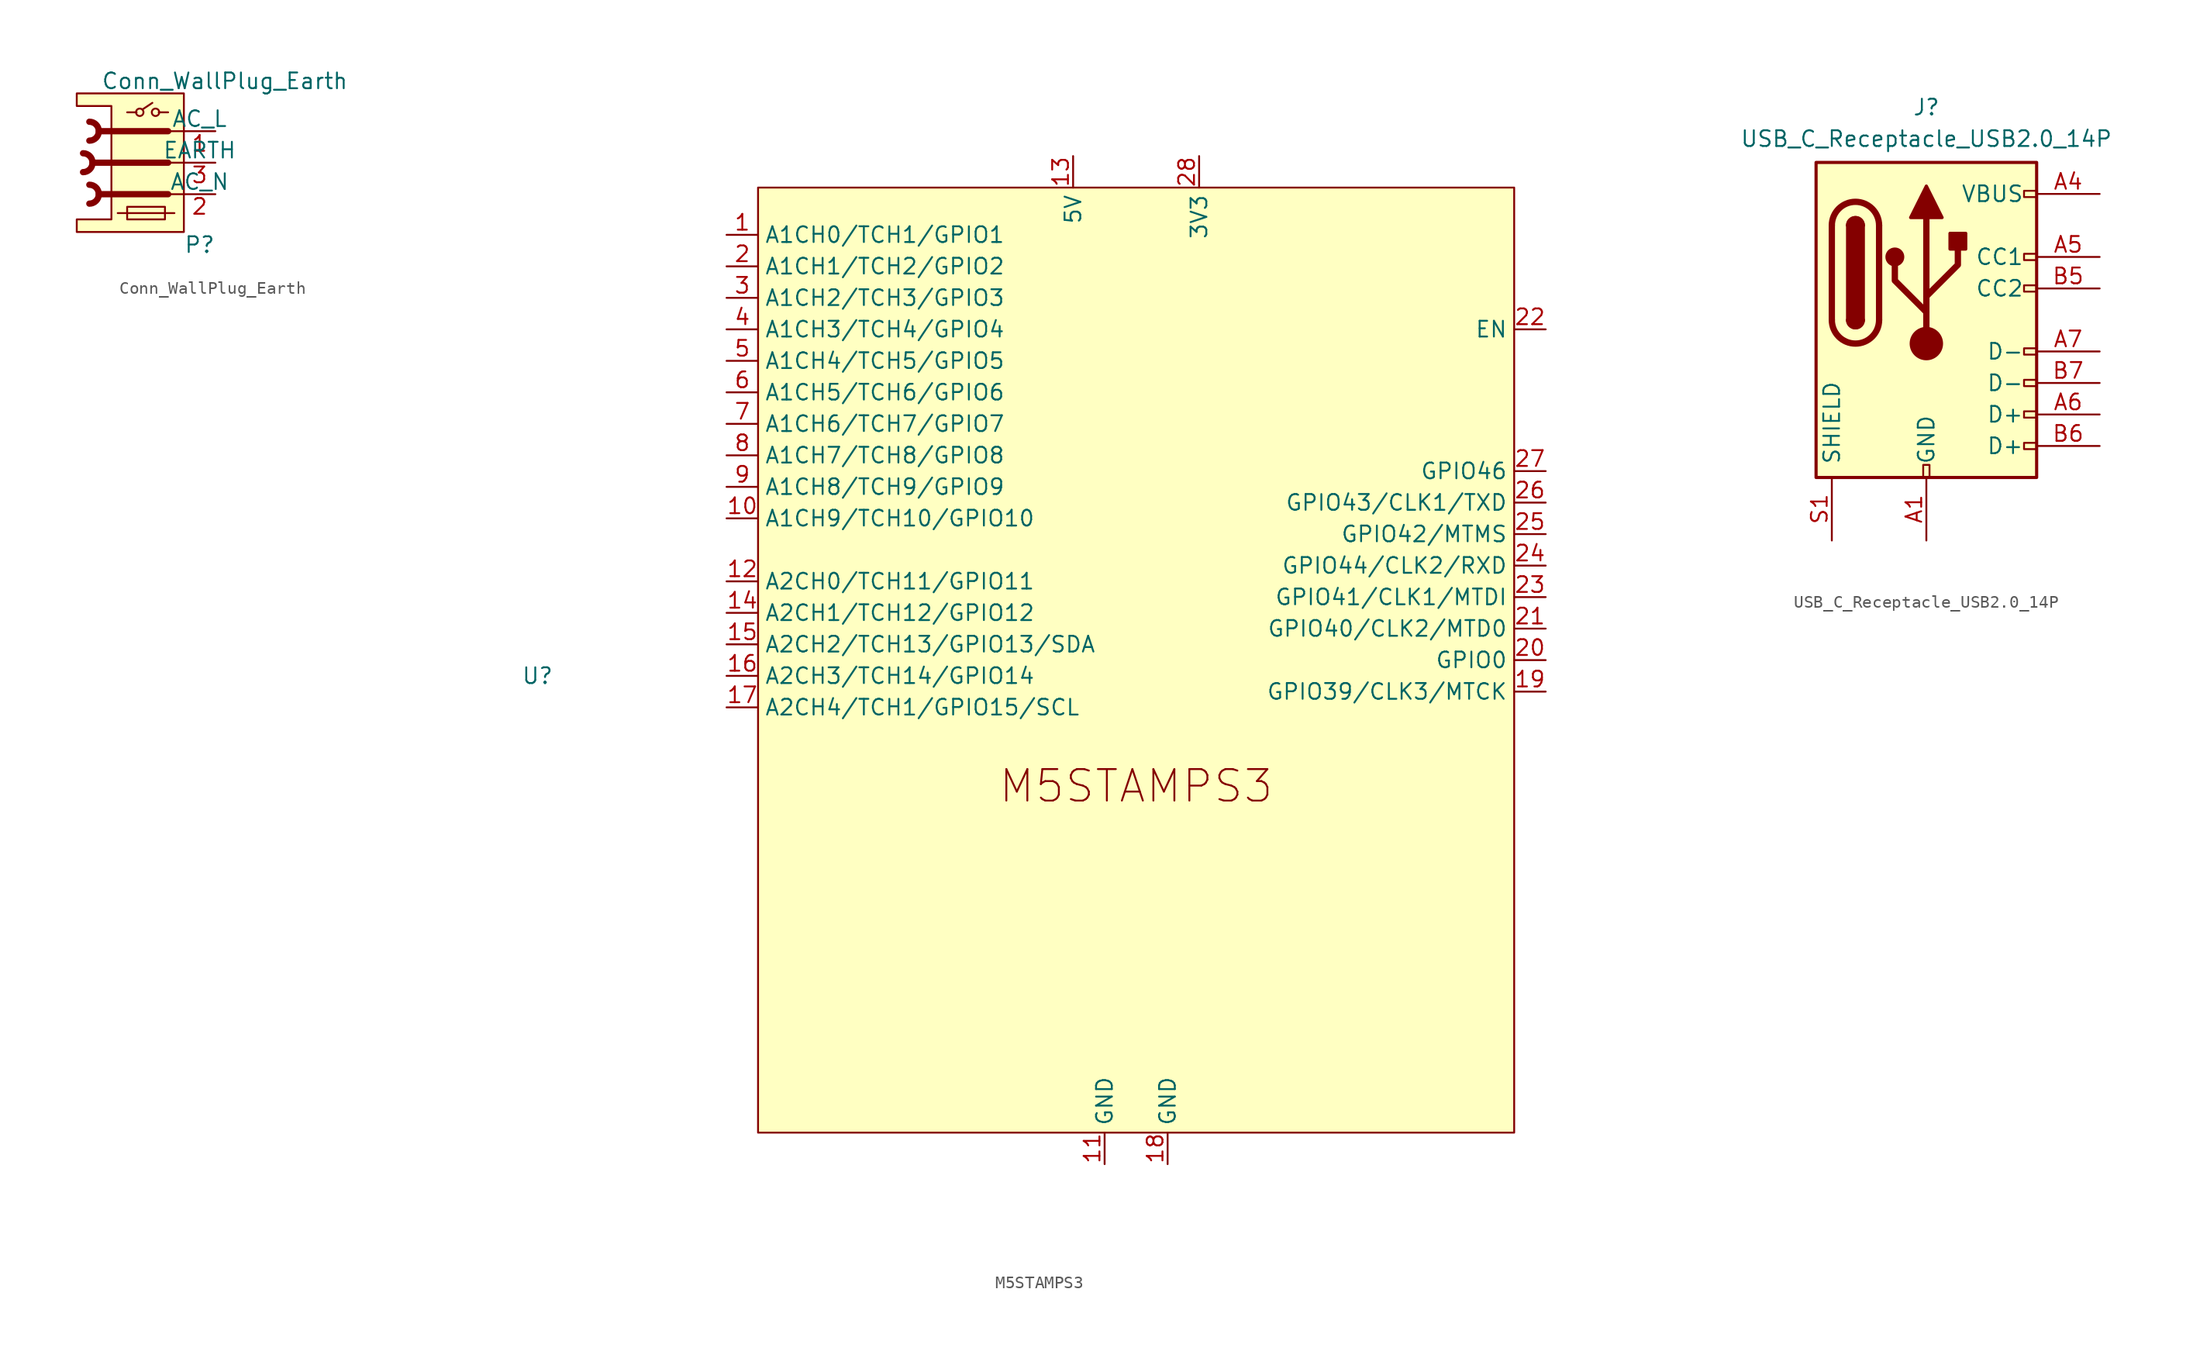
<source format=kicad_sym>
(kicad_symbol_lib
  (version 20231120)
  (generator "kicad_symbol_editor")
  (generator_version "8.0")
  (symbol "Conn_WallPlug_Earth"
    (pin_names
      (offset 0))
    (property "Reference" "P"
      (at 3.81 -7.366 0)
      (effects (font (size 1.27 1.27)) (justify bottom)))
    (property "Value" "Conn_WallPlug_Earth"
      (at 5.842 5.842 0)
      (effects (font (size 1.27 1.27)) (justify bottom)))
    (symbol "Conn_WallPlug_Earth_0_1"
      (rectangle (start -2.032 -3.556) (end 1.016 -4.572) (stroke (width 0) (type default)) (fill (type none)))
      (circle (center -1.016 4.064) (radius 0.3) (stroke (width 0) (type default)) (fill (type none)))
      (polyline (pts (xy -4.826 0) (xy 1.27 0)) (stroke (width 0.508) (type default)) (fill (type none)))
      (polyline (pts (xy -4.318 -2.54) (xy 1.27 -2.54)) (stroke (width 0.508) (type default)) (fill (type none)))
      (polyline (pts (xy -4.318 2.54) (xy 1.27 2.54)) (stroke (width 0.508) (type default)) (fill (type none)))
      (polyline (pts (xy -0.762 4.318) (xy 0 4.826)) (stroke (width 0) (type default)) (fill (type none)))
      (circle (center 0.254 4.064) (radius 0.3) (stroke (width 0) (type default)) (fill (type none))))
    (symbol "Conn_WallPlug_Earth_1_1"
      (arc (start -5.588 -0.762) (mid -4.826 0) (end -5.588 0.762) (stroke (width 0.508) (type default)) (fill (type none)))
      (arc (start -5.08 -3.302) (mid -4.318 -2.54) (end -5.08 -1.778) (stroke (width 0.508) (type default)) (fill (type none)))
      (arc (start -5.08 1.778) (mid -4.318 2.54) (end -5.08 3.302) (stroke (width 0.508) (type default)) (fill (type none)))
      (polyline (pts (xy -1.27 4.064) (xy -2.032 4.064)) (stroke (width 0) (type default)) (fill (type none)))
      (polyline (pts (xy 0.508 4.064) (xy 1.27 4.064)) (stroke (width 0) (type default)) (fill (type none)))
      (polyline (pts (xy 1.27 -2.54) (xy 2.54 -2.54)) (stroke (width 0) (type default)) (fill (type none)))
      (polyline (pts (xy 1.27 0) (xy 2.54 0)) (stroke (width 0) (type default)) (fill (type none)))
      (polyline (pts (xy 1.27 2.54) (xy 2.54 2.54)) (stroke (width 0) (type default)) (fill (type none)))
      (polyline (pts (xy 1.778 -4.064) (xy -2.794 -4.064)) (stroke (width 0) (type default)) (fill (type none)))
      (polyline (pts (xy -6.096 5.588) (xy 2.54 5.588) (xy 2.54 -5.588) (xy -6.096 -5.588) (xy -6.096 -4.572) (xy -3.302 -4.572) (xy -3.302 4.572) (xy -6.096 4.572) (xy -6.096 5.588)) (stroke (width 0) (type default)) (fill (type background)))
      (pin power_out line (at 5.08 2.54 180) (length 2.54) (name "AC_L" (effects (font (size 1.27 1.27)))) (number "1" (effects (font (size 1.27 1.27)))))
      (pin power_out line (at 5.08 -2.54 180) (length 2.54) (name "AC_N" (effects (font (size 1.27 1.27)))) (number "2" (effects (font (size 1.27 1.27)))))
      (pin passive line (at 5.08 0 180) (length 2.54) (name "EARTH" (effects (font (size 1.27 1.27)))) (number "3" (effects (font (size 1.27 1.27)))))))
  (symbol "M5STAMPS3"
    (property "Reference" "U"
      (at -48.26 -2.54 0)
      (effects (font (size 1.27 1.27))))
    (property "Value" ""
      (at -48.26 -2.54 0)
      (effects (font (size 1.27 1.27))))
    (symbol "M5STAMPS3_0_1"
      (rectangle (start -30.48 36.83) (end 30.48 -39.37) (stroke (width 0) (type default)) (fill (type background))))
    (symbol "M5STAMPS3_1_0"
      (text "M5STAMPS3\n" (at 0 -11.43 0) (effects (font (size 2.54 2.54)))))
    (symbol "M5STAMPS3_1_1"
      (pin bidirectional line (at -33.02 33.02 0) (length 2.54) (name "A1CH0/TCH1/GPIO1" (effects (font (size 1.27 1.27)))) (number "1" (effects (font (size 1.27 1.27)))))
      (pin bidirectional line (at -33.02 10.16 0) (length 2.54) (name "A1CH9/TCH10/GPIO10" (effects (font (size 1.27 1.27)))) (number "10" (effects (font (size 1.27 1.27)))))
      (pin power_in line (at -2.54 -41.91 90) (length 2.54) (name "GND" (effects (font (size 1.27 1.27)))) (number "11" (effects (font (size 1.27 1.27)))))
      (pin bidirectional line (at -33.02 5.08 0) (length 2.54) (name "A2CH0/TCH11/GPIO11" (effects (font (size 1.27 1.27)))) (number "12" (effects (font (size 1.27 1.27)))))
      (pin power_in line (at -5.08 39.37 270) (length 2.54) (name "5V" (effects (font (size 1.27 1.27)))) (number "13" (effects (font (size 1.27 1.27)))))
      (pin bidirectional line (at -33.02 2.54 0) (length 2.54) (name "A2CH1/TCH12/GPIO12" (effects (font (size 1.27 1.27)))) (number "14" (effects (font (size 1.27 1.27)))))
      (pin bidirectional line (at -33.02 0 0) (length 2.54) (name "A2CH2/TCH13/GPIO13/SDA" (effects (font (size 1.27 1.27)))) (number "15" (effects (font (size 1.27 1.27)))))
      (pin bidirectional line (at -33.02 -2.54 0) (length 2.54) (name "A2CH3/TCH14/GPIO14" (effects (font (size 1.27 1.27)))) (number "16" (effects (font (size 1.27 1.27)))))
      (pin bidirectional line (at -33.02 -5.08 0) (length 2.54) (name "A2CH4/TCH1/GPIO15/SCL" (effects (font (size 1.27 1.27)))) (number "17" (effects (font (size 1.27 1.27)))))
      (pin power_in line (at 2.54 -41.91 90) (length 2.54) (name "GND" (effects (font (size 1.27 1.27)))) (number "18" (effects (font (size 1.27 1.27)))))
      (pin bidirectional line (at 33.02 -3.81 180) (length 2.54) (name "GPIO39/CLK3/MTCK" (effects (font (size 1.27 1.27)))) (number "19" (effects (font (size 1.27 1.27)))))
      (pin bidirectional line (at -33.02 30.48 0) (length 2.54) (name "A1CH1/TCH2/GPIO2" (effects (font (size 1.27 1.27)))) (number "2" (effects (font (size 1.27 1.27)))))
      (pin bidirectional line (at 33.02 -1.27 180) (length 2.54) (name "GPIO0" (effects (font (size 1.27 1.27)))) (number "20" (effects (font (size 1.27 1.27)))))
      (pin bidirectional line (at 33.02 1.27 180) (length 2.54) (name "GPIO40/CLK2/MTD0" (effects (font (size 1.27 1.27)))) (number "21" (effects (font (size 1.27 1.27)))))
      (pin input line (at 33.02 25.4 180) (length 2.54) (name "EN" (effects (font (size 1.27 1.27)))) (number "22" (effects (font (size 1.27 1.27)))))
      (pin bidirectional line (at 33.02 3.81 180) (length 2.54) (name "GPIO41/CLK1/MTDI" (effects (font (size 1.27 1.27)))) (number "23" (effects (font (size 1.27 1.27)))))
      (pin bidirectional line (at 33.02 6.35 180) (length 2.54) (name "GPIO44/CLK2/RXD" (effects (font (size 1.27 1.27)))) (number "24" (effects (font (size 1.27 1.27)))))
      (pin bidirectional line (at 33.02 8.89 180) (length 2.54) (name "GPIO42/MTMS" (effects (font (size 1.27 1.27)))) (number "25" (effects (font (size 1.27 1.27)))))
      (pin bidirectional line (at 33.02 11.43 180) (length 2.54) (name "GPIO43/CLK1/TXD" (effects (font (size 1.27 1.27)))) (number "26" (effects (font (size 1.27 1.27)))))
      (pin bidirectional line (at 33.02 13.97 180) (length 2.54) (name "GPIO46" (effects (font (size 1.27 1.27)))) (number "27" (effects (font (size 1.27 1.27)))))
      (pin power_in line (at 5.08 39.37 270) (length 2.54) (name "3V3" (effects (font (size 1.27 1.27)))) (number "28" (effects (font (size 1.27 1.27)))))
      (pin bidirectional line (at -33.02 27.94 0) (length 2.54) (name "A1CH2/TCH3/GPIO3" (effects (font (size 1.27 1.27)))) (number "3" (effects (font (size 1.27 1.27)))))
      (pin bidirectional line (at -33.02 25.4 0) (length 2.54) (name "A1CH3/TCH4/GPIO4" (effects (font (size 1.27 1.27)))) (number "4" (effects (font (size 1.27 1.27)))))
      (pin bidirectional line (at -33.02 22.86 0) (length 2.54) (name "A1CH4/TCH5/GPIO5" (effects (font (size 1.27 1.27)))) (number "5" (effects (font (size 1.27 1.27)))))
      (pin bidirectional line (at -33.02 20.32 0) (length 2.54) (name "A1CH5/TCH6/GPIO6" (effects (font (size 1.27 1.27)))) (number "6" (effects (font (size 1.27 1.27)))))
      (pin bidirectional line (at -33.02 17.78 0) (length 2.54) (name "A1CH6/TCH7/GPIO7" (effects (font (size 1.27 1.27)))) (number "7" (effects (font (size 1.27 1.27)))))
      (pin bidirectional line (at -33.02 15.24 0) (length 2.54) (name "A1CH7/TCH8/GPIO8" (effects (font (size 1.27 1.27)))) (number "8" (effects (font (size 1.27 1.27)))))
      (pin bidirectional line (at -33.02 12.7 0) (length 2.54) (name "A1CH8/TCH9/GPIO9" (effects (font (size 1.27 1.27)))) (number "9" (effects (font (size 1.27 1.27)))))))
  (symbol "USB_C_Receptacle_USB2.0_14P"
    (pin_names
      (offset 1.016))
    (property "Reference" "J"
      (at 0 22.225 0)
      (effects (font (size 1.27 1.27))))
    (property "Value" "USB_C_Receptacle_USB2.0_14P"
      (at 0 19.685 0)
      (effects (font (size 1.27 1.27))))
    (symbol "USB_C_Receptacle_USB2.0_14P_0_0"
      (rectangle (start -0.254 -7.62) (end 0.254 -6.604) (stroke (width 0) (type default)) (fill (type none)))
      (rectangle (start 8.89 -4.826) (end 7.874 -5.334) (stroke (width 0) (type default)) (fill (type none)))
      (rectangle (start 8.89 -2.286) (end 7.874 -2.794) (stroke (width 0) (type default)) (fill (type none)))
      (rectangle (start 8.89 0.254) (end 7.874 -0.254) (stroke (width 0) (type default)) (fill (type none)))
      (rectangle (start 8.89 2.794) (end 7.874 2.286) (stroke (width 0) (type default)) (fill (type none)))
      (rectangle (start 8.89 7.874) (end 7.874 7.366) (stroke (width 0) (type default)) (fill (type none)))
      (rectangle (start 8.89 10.414) (end 7.874 9.906) (stroke (width 0) (type default)) (fill (type none)))
      (rectangle (start 8.89 15.494) (end 7.874 14.986) (stroke (width 0) (type default)) (fill (type none))))
    (symbol "USB_C_Receptacle_USB2.0_14P_0_1"
      (rectangle (start -8.89 17.78) (end 8.89 -7.62) (stroke (width 0.254) (type default)) (fill (type background)))
      (arc (start -7.62 5.08) (mid -5.715 3.1833) (end -3.81 5.08) (stroke (width 0.508) (type default)) (fill (type none)))
      (arc (start -6.35 5.08) (mid -5.715 4.4477) (end -5.08 5.08) (stroke (width 0.254) (type default)) (fill (type none)))
      (arc (start -6.35 5.08) (mid -5.715 4.4477) (end -5.08 5.08) (stroke (width 0.254) (type default)) (fill (type outline)))
      (rectangle (start -6.35 5.08) (end -5.08 12.7) (stroke (width 0.254) (type default)) (fill (type outline)))
      (arc (start -5.08 12.7) (mid -5.715 13.3323) (end -6.35 12.7) (stroke (width 0.254) (type default)) (fill (type none)))
      (arc (start -5.08 12.7) (mid -5.715 13.3323) (end -6.35 12.7) (stroke (width 0.254) (type default)) (fill (type outline)))
      (arc (start -3.81 12.7) (mid -5.715 14.5967) (end -7.62 12.7) (stroke (width 0.508) (type default)) (fill (type none)))
      (circle (center -2.54 10.16) (radius 0.635) (stroke (width 0.254) (type default)) (fill (type outline)))
      (polyline (pts (xy -7.62 5.08) (xy -7.62 12.7)) (stroke (width 0.508) (type default)) (fill (type none)))
      (polyline (pts (xy -3.81 12.7) (xy -3.81 5.08)) (stroke (width 0.508) (type default)) (fill (type none)))
      (polyline (pts (xy 0 3.175) (xy 0 13.335)) (stroke (width 0.508) (type default)) (fill (type none)))
      (polyline (pts (xy 0 5.715) (xy -2.54 8.255) (xy -2.54 9.525)) (stroke (width 0.508) (type default)) (fill (type none)))
      (polyline (pts (xy 0 6.985) (xy 2.54 9.525) (xy 2.54 10.795)) (stroke (width 0.508) (type default)) (fill (type none)))
      (polyline (pts (xy -1.27 13.335) (xy 0 15.875) (xy 1.27 13.335) (xy -1.27 13.335)) (stroke (width 0.254) (type default)) (fill (type outline)))
      (circle (center 0 3.175) (radius 1.27) (stroke (width 0) (type default)) (fill (type outline)))
      (rectangle (start 1.905 10.795) (end 3.175 12.065) (stroke (width 0.254) (type default)) (fill (type outline))))
    (symbol "USB_C_Receptacle_USB2.0_14P_1_1"
      (pin passive line (at 0 -12.7 90) (length 5.08) (name "GND" (effects (font (size 1.27 1.27)))) (number "A1" (effects (font (size 1.27 1.27)))))
      (pin passive line (at 0 -12.7 90) (length 5.08) hide (name "GND" (effects (font (size 1.27 1.27)))) (number "A12" (effects (font (size 1.27 1.27)))))
      (pin passive line (at 13.97 15.24 180) (length 5.08) (name "VBUS" (effects (font (size 1.27 1.27)))) (number "A4" (effects (font (size 1.27 1.27)))))
      (pin bidirectional line (at 13.97 10.16 180) (length 5.08) (name "CC1" (effects (font (size 1.27 1.27)))) (number "A5" (effects (font (size 1.27 1.27)))))
      (pin bidirectional line (at 13.97 -2.54 180) (length 5.08) (name "D+" (effects (font (size 1.27 1.27)))) (number "A6" (effects (font (size 1.27 1.27)))))
      (pin bidirectional line (at 13.97 2.54 180) (length 5.08) (name "D-" (effects (font (size 1.27 1.27)))) (number "A7" (effects (font (size 1.27 1.27)))))
      (pin passive line (at 13.97 15.24 180) (length 5.08) hide (name "VBUS" (effects (font (size 1.27 1.27)))) (number "A9" (effects (font (size 1.27 1.27)))))
      (pin passive line (at 0 -12.7 90) (length 5.08) hide (name "GND" (effects (font (size 1.27 1.27)))) (number "B1" (effects (font (size 1.27 1.27)))))
      (pin passive line (at 0 -12.7 90) (length 5.08) hide (name "GND" (effects (font (size 1.27 1.27)))) (number "B12" (effects (font (size 1.27 1.27)))))
      (pin passive line (at 13.97 15.24 180) (length 5.08) hide (name "VBUS" (effects (font (size 1.27 1.27)))) (number "B4" (effects (font (size 1.27 1.27)))))
      (pin bidirectional line (at 13.97 7.62 180) (length 5.08) (name "CC2" (effects (font (size 1.27 1.27)))) (number "B5" (effects (font (size 1.27 1.27)))))
      (pin bidirectional line (at 13.97 -5.08 180) (length 5.08) (name "D+" (effects (font (size 1.27 1.27)))) (number "B6" (effects (font (size 1.27 1.27)))))
      (pin bidirectional line (at 13.97 0 180) (length 5.08) (name "D-" (effects (font (size 1.27 1.27)))) (number "B7" (effects (font (size 1.27 1.27)))))
      (pin passive line (at 13.97 15.24 180) (length 5.08) hide (name "VBUS" (effects (font (size 1.27 1.27)))) (number "B9" (effects (font (size 1.27 1.27)))))
      (pin passive line (at -7.62 -12.7 90) (length 5.08) (name "SHIELD" (effects (font (size 1.27 1.27)))) (number "S1" (effects (font (size 1.27 1.27))))))))
</source>
